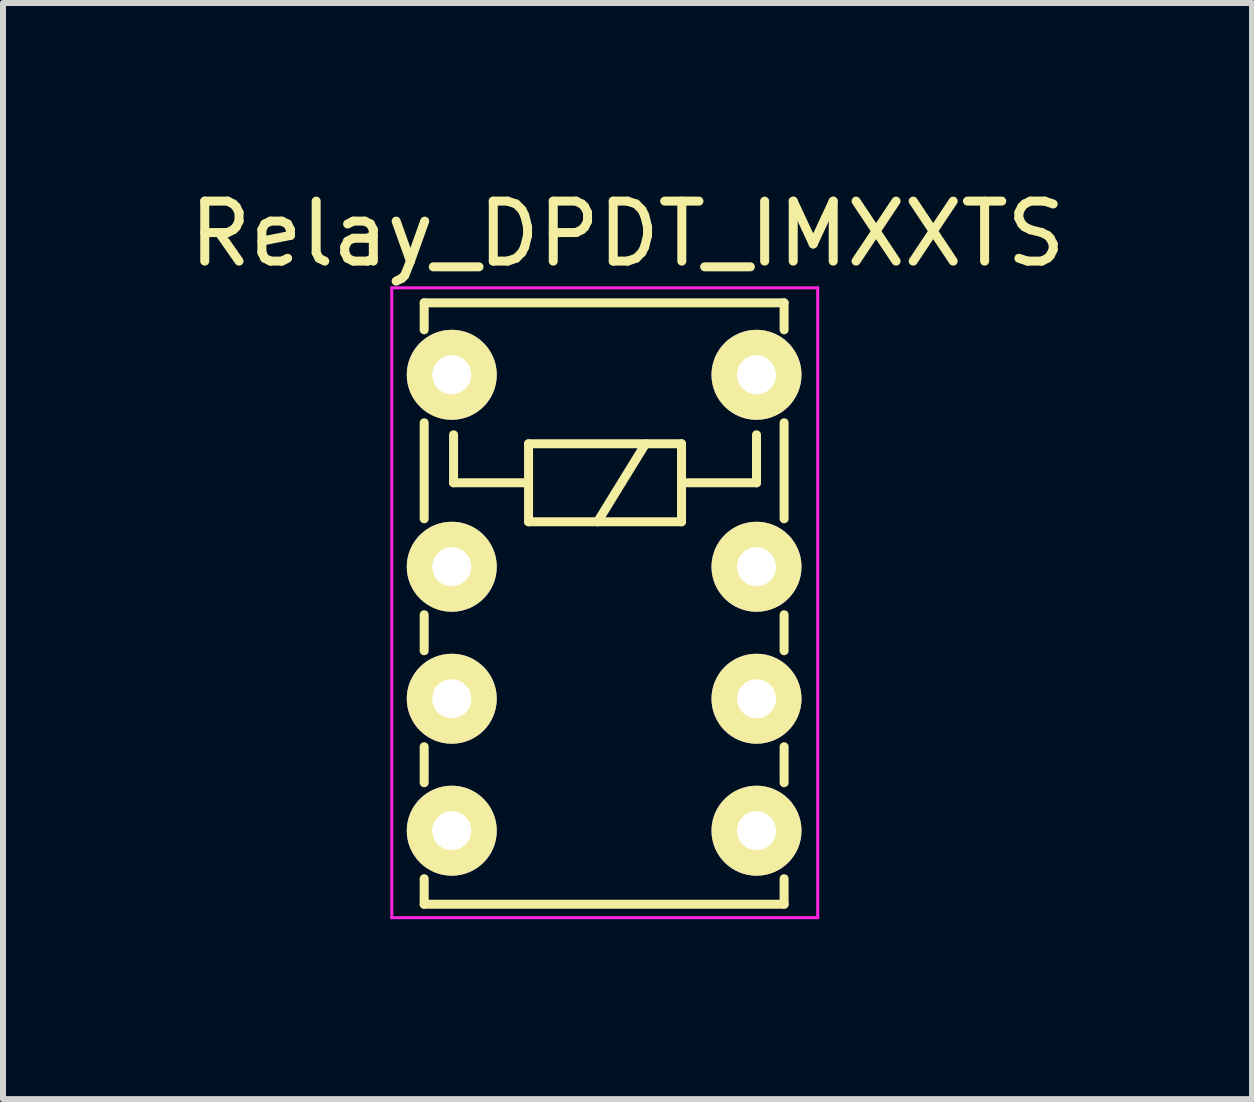
<source format=kicad_pcb>
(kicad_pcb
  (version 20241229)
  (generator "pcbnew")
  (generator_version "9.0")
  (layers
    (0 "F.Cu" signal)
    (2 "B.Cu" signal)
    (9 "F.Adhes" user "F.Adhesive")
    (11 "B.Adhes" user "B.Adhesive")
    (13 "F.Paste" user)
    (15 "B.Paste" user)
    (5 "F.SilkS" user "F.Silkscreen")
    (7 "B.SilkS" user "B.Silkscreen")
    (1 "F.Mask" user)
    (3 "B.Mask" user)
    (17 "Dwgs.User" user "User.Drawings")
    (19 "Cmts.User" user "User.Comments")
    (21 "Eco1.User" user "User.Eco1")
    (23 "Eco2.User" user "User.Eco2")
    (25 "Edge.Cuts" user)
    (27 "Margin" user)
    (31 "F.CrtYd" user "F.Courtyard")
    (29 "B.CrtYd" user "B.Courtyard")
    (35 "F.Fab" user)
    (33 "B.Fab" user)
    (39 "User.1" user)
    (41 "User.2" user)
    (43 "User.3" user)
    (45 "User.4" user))
  (footprint "Relay_DPDT_IMXXTS"
    (layer "F.Cu")
    (at 4.481 3.198)
    (property "Reference" "Relay_DPDT_IMXXTS" (at 2.93 -2.35 0) (layer "F.SilkS") (effects (font (size 1 1) (thickness 0.15))))
    (attr through_hole)
    (fp_line (start -0.46 -1.2) (end -0.46 -0.75) (stroke (width 0.15) (type solid)) (layer "F.SilkS"))
    (fp_line (start -0.46 0.8) (end -0.46 2.4) (stroke (width 0.15) (type solid)) (layer "F.SilkS"))
    (fp_line (start -0.46 4) (end -0.46 4.6) (stroke (width 0.15) (type solid)) (layer "F.SilkS"))
    (fp_line (start -0.46 6.2) (end -0.46 6.8) (stroke (width 0.15) (type solid)) (layer "F.SilkS"))
    (fp_line (start -0.46 8.4) (end -0.46 8.826) (stroke (width 0.15) (type solid)) (layer "F.SilkS"))
    (fp_line (start 0.03 1) (end 0.03 1.8) (stroke (width 0.15) (type solid)) (layer "F.SilkS"))
    (fp_line (start 0.03 1.8) (end 1.28 1.8) (stroke (width 0.15) (type solid)) (layer "F.SilkS"))
    (fp_line (start 1.28 1.15) (end 3.83 1.15) (stroke (width 0.15) (type solid)) (layer "F.SilkS"))
    (fp_line (start 1.28 2.45) (end 1.28 1.15) (stroke (width 0.15) (type solid)) (layer "F.SilkS"))
    (fp_line (start 3.23 1.15) (end 2.43 2.45) (stroke (width 0.15) (type solid)) (layer "F.SilkS"))
    (fp_line (start 3.83 1.15) (end 3.83 2.45) (stroke (width 0.15) (type solid)) (layer "F.SilkS"))
    (fp_line (start 3.83 2.45) (end 1.28 2.45) (stroke (width 0.15) (type solid)) (layer "F.SilkS"))
    (fp_line (start 5.08 1) (end 5.08 1.8) (stroke (width 0.15) (type solid)) (layer "F.SilkS"))
    (fp_line (start 5.08 1.8) (end 3.83 1.8) (stroke (width 0.15) (type solid)) (layer "F.SilkS"))
    (fp_line (start 5.54 -1.2) (end -0.46 -1.2) (stroke (width 0.15) (type solid)) (layer "F.SilkS"))
    (fp_line (start 5.54 -1.2) (end 5.54 -0.75) (stroke (width 0.15) (type solid)) (layer "F.SilkS"))
    (fp_line (start 5.54 0.8) (end 5.54 2.4) (stroke (width 0.15) (type solid)) (layer "F.SilkS"))
    (fp_line (start 5.54 4) (end 5.54 4.6) (stroke (width 0.15) (type solid)) (layer "F.SilkS"))
    (fp_line (start 5.54 6.2) (end 5.54 6.8) (stroke (width 0.15) (type solid)) (layer "F.SilkS"))
    (fp_line (start 5.54 8.4) (end 5.54 8.826) (stroke (width 0.15) (type solid)) (layer "F.SilkS"))
    (fp_line (start 5.54 8.826) (end -0.46 8.826) (stroke (width 0.15) (type solid)) (layer "F.SilkS"))
    (fp_line (start -1 -1.45) (end 6.1 -1.45) (stroke (width 0.05) (type solid)) (layer "F.CrtYd"))
    (fp_line (start -1 9.05) (end -1 -1.45) (stroke (width 0.05) (type solid)) (layer "F.CrtYd"))
    (fp_line (start 6.1 -1.45) (end 6.1 9.05) (stroke (width 0.05) (type solid)) (layer "F.CrtYd"))
    (fp_line (start 6.1 9.05) (end -1 9.05) (stroke (width 0.05) (type solid)) (layer "F.CrtYd"))
    (pad "1" thru_hole circle (at 0 0 270) (size 1.5 1.5) (drill 0.65) (layers "*.Cu" "*.Mask" "F.SilkS"))
    (pad "2" thru_hole circle (at 0 3.2 270) (size 1.5 1.5) (drill 0.65) (layers "*.Cu" "*.Mask" "F.SilkS"))
    (pad "3" thru_hole circle (at 0 5.4 270) (size 1.5 1.5) (drill 0.65) (layers "*.Cu" "*.Mask" "F.SilkS"))
    (pad "4" thru_hole circle (at 0 7.6 270) (size 1.5 1.5) (drill 0.65) (layers "*.Cu" "*.Mask" "F.SilkS"))
    (pad "5" thru_hole circle (at 5.08 7.6 270) (size 1.5 1.5) (drill 0.65) (layers "*.Cu" "*.Mask" "F.SilkS"))
    (pad "6" thru_hole circle (at 5.08 5.4 270) (size 1.5 1.5) (drill 0.65) (layers "*.Cu" "*.Mask" "F.SilkS"))
    (pad "7" thru_hole circle (at 5.08 3.2 270) (size 1.5 1.5) (drill 0.65) (layers "*.Cu" "*.Mask" "F.SilkS"))
    (pad "8" thru_hole circle (at 5.08 0 270) (size 1.5 1.5) (drill 0.65) (layers "*.Cu" "*.Mask" "F.SilkS")))
  (gr_rect
    (start -3 -3)
    (end 17.821 15.273)
    (stroke (width 0.1) (type default))
    (fill no)
    (layer "Edge.Cuts")))
</source>
